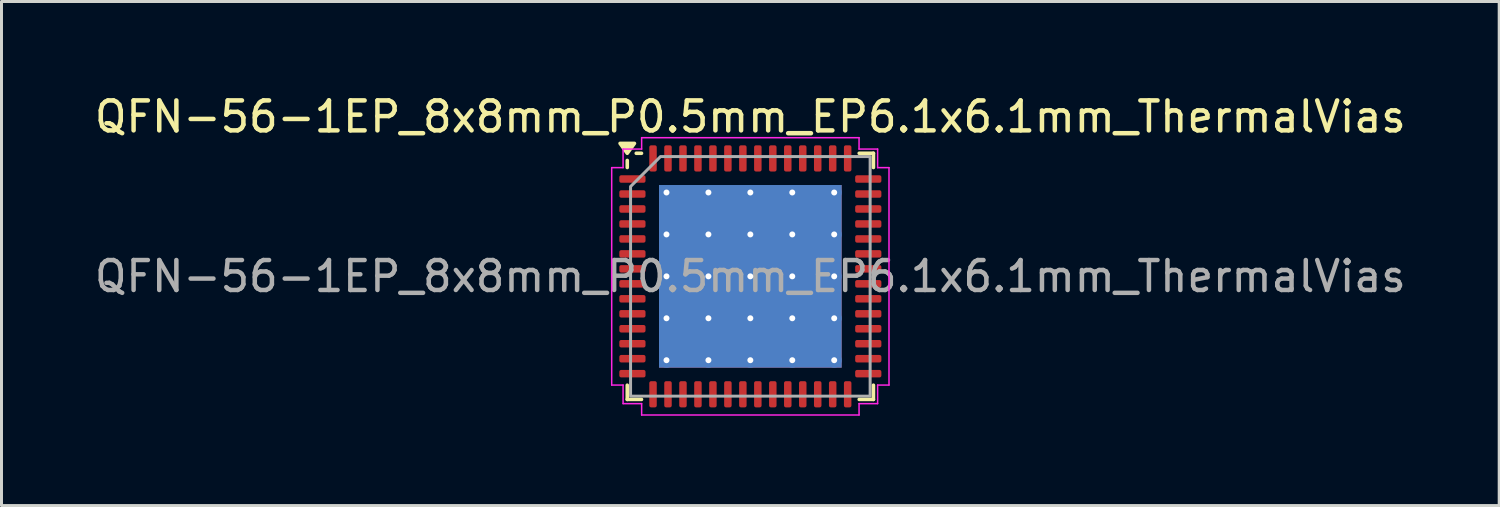
<source format=kicad_pcb>
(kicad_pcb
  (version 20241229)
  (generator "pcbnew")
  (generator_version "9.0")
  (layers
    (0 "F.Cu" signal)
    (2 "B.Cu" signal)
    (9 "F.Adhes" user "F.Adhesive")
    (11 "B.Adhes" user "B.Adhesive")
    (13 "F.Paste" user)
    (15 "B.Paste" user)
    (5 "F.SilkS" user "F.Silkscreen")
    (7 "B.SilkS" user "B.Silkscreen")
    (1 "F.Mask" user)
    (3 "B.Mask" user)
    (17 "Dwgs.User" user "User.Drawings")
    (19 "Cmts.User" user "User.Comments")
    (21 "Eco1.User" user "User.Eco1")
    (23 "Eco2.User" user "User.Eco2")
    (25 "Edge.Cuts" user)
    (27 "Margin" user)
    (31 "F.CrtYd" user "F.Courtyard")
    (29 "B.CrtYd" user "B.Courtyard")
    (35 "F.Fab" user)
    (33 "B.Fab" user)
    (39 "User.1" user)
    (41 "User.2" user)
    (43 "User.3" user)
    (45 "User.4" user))
  (footprint "QFN-56-1EP_8x8mm_P0.5mm_EP6.1x6.1mm_ThermalVias"
    (layer "F.Cu")
    (at 22.006 6.178)
    (property "Reference" "QFN-56-1EP_8x8mm_P0.5mm_EP6.1x6.1mm_ThermalVias" (at 0 -5.33 0) (layer "F.SilkS") (effects (font (size 1 1) (thickness 0.15))))
    (attr smd)
    (fp_line (start -4.11 -3.635) (end -4.11 -3.87) (stroke (width 0.12) (type solid)) (layer "F.SilkS"))
    (fp_line (start -4.11 4.11) (end -4.11 3.635) (stroke (width 0.12) (type solid)) (layer "F.SilkS"))
    (fp_line (start -3.635 -4.11) (end -3.81 -4.11) (stroke (width 0.12) (type solid)) (layer "F.SilkS"))
    (fp_line (start -3.635 4.11) (end -4.11 4.11) (stroke (width 0.12) (type solid)) (layer "F.SilkS"))
    (fp_line (start 3.635 -4.11) (end 4.11 -4.11) (stroke (width 0.12) (type solid)) (layer "F.SilkS"))
    (fp_line (start 3.635 4.11) (end 4.11 4.11) (stroke (width 0.12) (type solid)) (layer "F.SilkS"))
    (fp_line (start 4.11 -4.11) (end 4.11 -3.635) (stroke (width 0.12) (type solid)) (layer "F.SilkS"))
    (fp_line (start 4.11 4.11) (end 4.11 3.635) (stroke (width 0.12) (type solid)) (layer "F.SilkS"))
    (fp_poly (pts (xy -4.11 -4.11) (xy -4.35 -4.44) (xy -3.87 -4.44)) (stroke (width 0.12) (type solid)) (fill yes) (layer "F.SilkS"))
    (fp_line (start -4.63 -3.63) (end -4.25 -3.63) (stroke (width 0.05) (type solid)) (layer "F.CrtYd"))
    (fp_line (start -4.63 3.63) (end -4.63 -3.63) (stroke (width 0.05) (type solid)) (layer "F.CrtYd"))
    (fp_line (start -4.25 -4.25) (end -3.63 -4.25) (stroke (width 0.05) (type solid)) (layer "F.CrtYd"))
    (fp_line (start -4.25 -3.63) (end -4.25 -4.25) (stroke (width 0.05) (type solid)) (layer "F.CrtYd"))
    (fp_line (start -4.25 3.63) (end -4.63 3.63) (stroke (width 0.05) (type solid)) (layer "F.CrtYd"))
    (fp_line (start -4.25 4.25) (end -4.25 3.63) (stroke (width 0.05) (type solid)) (layer "F.CrtYd"))
    (fp_line (start -3.63 -4.63) (end 3.63 -4.63) (stroke (width 0.05) (type solid)) (layer "F.CrtYd"))
    (fp_line (start -3.63 -4.25) (end -3.63 -4.63) (stroke (width 0.05) (type solid)) (layer "F.CrtYd"))
    (fp_line (start -3.63 4.25) (end -4.25 4.25) (stroke (width 0.05) (type solid)) (layer "F.CrtYd"))
    (fp_line (start -3.63 4.63) (end -3.63 4.25) (stroke (width 0.05) (type solid)) (layer "F.CrtYd"))
    (fp_line (start 3.63 -4.63) (end 3.63 -4.25) (stroke (width 0.05) (type solid)) (layer "F.CrtYd"))
    (fp_line (start 3.63 -4.25) (end 4.25 -4.25) (stroke (width 0.05) (type solid)) (layer "F.CrtYd"))
    (fp_line (start 3.63 4.25) (end 3.63 4.63) (stroke (width 0.05) (type solid)) (layer "F.CrtYd"))
    (fp_line (start 3.63 4.63) (end -3.63 4.63) (stroke (width 0.05) (type solid)) (layer "F.CrtYd"))
    (fp_line (start 4.25 -4.25) (end 4.25 -3.63) (stroke (width 0.05) (type solid)) (layer "F.CrtYd"))
    (fp_line (start 4.25 -3.63) (end 4.63 -3.63) (stroke (width 0.05) (type solid)) (layer "F.CrtYd"))
    (fp_line (start 4.25 3.63) (end 4.25 4.25) (stroke (width 0.05) (type solid)) (layer "F.CrtYd"))
    (fp_line (start 4.25 4.25) (end 3.63 4.25) (stroke (width 0.05) (type solid)) (layer "F.CrtYd"))
    (fp_line (start 4.63 -3.63) (end 4.63 3.63) (stroke (width 0.05) (type solid)) (layer "F.CrtYd"))
    (fp_line (start 4.63 3.63) (end 4.25 3.63) (stroke (width 0.05) (type solid)) (layer "F.CrtYd"))
    (fp_poly (pts (xy -4 -3) (xy -4 4) (xy 4 4) (xy 4 -4) (xy -3 -4)) (stroke (width 0.1) (type solid)) (fill no) (layer "F.Fab"))
    (fp_text user "${REFERENCE}" (at 0 0 0) (layer "F.Fab") (effects (font (size 1 1) (thickness 0.15))))
    (pad "" smd roundrect (at -2.28 -2.28) (size 1.18 1.18) (layers "F.Paste") (roundrect_rratio 0.212))
    (pad "" smd roundrect (at -2.28 -0.76) (size 1.18 1.18) (layers "F.Paste") (roundrect_rratio 0.212))
    (pad "" smd roundrect (at -2.28 0.76) (size 1.18 1.18) (layers "F.Paste") (roundrect_rratio 0.212))
    (pad "" smd roundrect (at -2.28 2.28) (size 1.18 1.18) (layers "F.Paste") (roundrect_rratio 0.212))
    (pad "" smd roundrect (at -0.76 -2.28) (size 1.18 1.18) (layers "F.Paste") (roundrect_rratio 0.212))
    (pad "" smd roundrect (at -0.76 -0.76) (size 1.18 1.18) (layers "F.Paste") (roundrect_rratio 0.212))
    (pad "" smd roundrect (at -0.76 0.76) (size 1.18 1.18) (layers "F.Paste") (roundrect_rratio 0.212))
    (pad "" smd roundrect (at -0.76 2.28) (size 1.18 1.18) (layers "F.Paste") (roundrect_rratio 0.212))
    (pad "" smd roundrect (at 0.76 -2.28) (size 1.18 1.18) (layers "F.Paste") (roundrect_rratio 0.212))
    (pad "" smd roundrect (at 0.76 -0.76) (size 1.18 1.18) (layers "F.Paste") (roundrect_rratio 0.212))
    (pad "" smd roundrect (at 0.76 0.76) (size 1.18 1.18) (layers "F.Paste") (roundrect_rratio 0.212))
    (pad "" smd roundrect (at 0.76 2.28) (size 1.18 1.18) (layers "F.Paste") (roundrect_rratio 0.212))
    (pad "" smd roundrect (at 2.28 -2.28) (size 1.18 1.18) (layers "F.Paste") (roundrect_rratio 0.212))
    (pad "" smd roundrect (at 2.28 -0.76) (size 1.18 1.18) (layers "F.Paste") (roundrect_rratio 0.212))
    (pad "" smd roundrect (at 2.28 0.76) (size 1.18 1.18) (layers "F.Paste") (roundrect_rratio 0.212))
    (pad "" smd roundrect (at 2.28 2.28) (size 1.18 1.18) (layers "F.Paste") (roundrect_rratio 0.212))
    (pad "1" smd roundrect (at -3.938 -3.25) (size 0.875 0.25) (layers "F.Cu" "F.Mask" "F.Paste") (roundrect_rratio 0.25))
    (pad "2" smd roundrect (at -3.938 -2.75) (size 0.875 0.25) (layers "F.Cu" "F.Mask" "F.Paste") (roundrect_rratio 0.25))
    (pad "3" smd roundrect (at -3.938 -2.25) (size 0.875 0.25) (layers "F.Cu" "F.Mask" "F.Paste") (roundrect_rratio 0.25))
    (pad "4" smd roundrect (at -3.938 -1.75) (size 0.875 0.25) (layers "F.Cu" "F.Mask" "F.Paste") (roundrect_rratio 0.25))
    (pad "5" smd roundrect (at -3.938 -1.25) (size 0.875 0.25) (layers "F.Cu" "F.Mask" "F.Paste") (roundrect_rratio 0.25))
    (pad "6" smd roundrect (at -3.938 -0.75) (size 0.875 0.25) (layers "F.Cu" "F.Mask" "F.Paste") (roundrect_rratio 0.25))
    (pad "7" smd roundrect (at -3.938 -0.25) (size 0.875 0.25) (layers "F.Cu" "F.Mask" "F.Paste") (roundrect_rratio 0.25))
    (pad "8" smd roundrect (at -3.938 0.25) (size 0.875 0.25) (layers "F.Cu" "F.Mask" "F.Paste") (roundrect_rratio 0.25))
    (pad "9" smd roundrect (at -3.938 0.75) (size 0.875 0.25) (layers "F.Cu" "F.Mask" "F.Paste") (roundrect_rratio 0.25))
    (pad "10" smd roundrect (at -3.938 1.25) (size 0.875 0.25) (layers "F.Cu" "F.Mask" "F.Paste") (roundrect_rratio 0.25))
    (pad "11" smd roundrect (at -3.938 1.75) (size 0.875 0.25) (layers "F.Cu" "F.Mask" "F.Paste") (roundrect_rratio 0.25))
    (pad "12" smd roundrect (at -3.938 2.25) (size 0.875 0.25) (layers "F.Cu" "F.Mask" "F.Paste") (roundrect_rratio 0.25))
    (pad "13" smd roundrect (at -3.938 2.75) (size 0.875 0.25) (layers "F.Cu" "F.Mask" "F.Paste") (roundrect_rratio 0.25))
    (pad "14" smd roundrect (at -3.938 3.25) (size 0.875 0.25) (layers "F.Cu" "F.Mask" "F.Paste") (roundrect_rratio 0.25))
    (pad "15" smd roundrect (at -3.25 3.938) (size 0.25 0.875) (layers "F.Cu" "F.Mask" "F.Paste") (roundrect_rratio 0.25))
    (pad "16" smd roundrect (at -2.75 3.938) (size 0.25 0.875) (layers "F.Cu" "F.Mask" "F.Paste") (roundrect_rratio 0.25))
    (pad "17" smd roundrect (at -2.25 3.938) (size 0.25 0.875) (layers "F.Cu" "F.Mask" "F.Paste") (roundrect_rratio 0.25))
    (pad "18" smd roundrect (at -1.75 3.938) (size 0.25 0.875) (layers "F.Cu" "F.Mask" "F.Paste") (roundrect_rratio 0.25))
    (pad "19" smd roundrect (at -1.25 3.938) (size 0.25 0.875) (layers "F.Cu" "F.Mask" "F.Paste") (roundrect_rratio 0.25))
    (pad "20" smd roundrect (at -0.75 3.938) (size 0.25 0.875) (layers "F.Cu" "F.Mask" "F.Paste") (roundrect_rratio 0.25))
    (pad "21" smd roundrect (at -0.25 3.938) (size 0.25 0.875) (layers "F.Cu" "F.Mask" "F.Paste") (roundrect_rratio 0.25))
    (pad "22" smd roundrect (at 0.25 3.938) (size 0.25 0.875) (layers "F.Cu" "F.Mask" "F.Paste") (roundrect_rratio 0.25))
    (pad "23" smd roundrect (at 0.75 3.938) (size 0.25 0.875) (layers "F.Cu" "F.Mask" "F.Paste") (roundrect_rratio 0.25))
    (pad "24" smd roundrect (at 1.25 3.938) (size 0.25 0.875) (layers "F.Cu" "F.Mask" "F.Paste") (roundrect_rratio 0.25))
    (pad "25" smd roundrect (at 1.75 3.938) (size 0.25 0.875) (layers "F.Cu" "F.Mask" "F.Paste") (roundrect_rratio 0.25))
    (pad "26" smd roundrect (at 2.25 3.938) (size 0.25 0.875) (layers "F.Cu" "F.Mask" "F.Paste") (roundrect_rratio 0.25))
    (pad "27" smd roundrect (at 2.75 3.938) (size 0.25 0.875) (layers "F.Cu" "F.Mask" "F.Paste") (roundrect_rratio 0.25))
    (pad "28" smd roundrect (at 3.25 3.938) (size 0.25 0.875) (layers "F.Cu" "F.Mask" "F.Paste") (roundrect_rratio 0.25))
    (pad "29" smd roundrect (at 3.938 3.25) (size 0.875 0.25) (layers "F.Cu" "F.Mask" "F.Paste") (roundrect_rratio 0.25))
    (pad "30" smd roundrect (at 3.938 2.75) (size 0.875 0.25) (layers "F.Cu" "F.Mask" "F.Paste") (roundrect_rratio 0.25))
    (pad "31" smd roundrect (at 3.938 2.25) (size 0.875 0.25) (layers "F.Cu" "F.Mask" "F.Paste") (roundrect_rratio 0.25))
    (pad "32" smd roundrect (at 3.938 1.75) (size 0.875 0.25) (layers "F.Cu" "F.Mask" "F.Paste") (roundrect_rratio 0.25))
    (pad "33" smd roundrect (at 3.938 1.25) (size 0.875 0.25) (layers "F.Cu" "F.Mask" "F.Paste") (roundrect_rratio 0.25))
    (pad "34" smd roundrect (at 3.938 0.75) (size 0.875 0.25) (layers "F.Cu" "F.Mask" "F.Paste") (roundrect_rratio 0.25))
    (pad "35" smd roundrect (at 3.938 0.25) (size 0.875 0.25) (layers "F.Cu" "F.Mask" "F.Paste") (roundrect_rratio 0.25))
    (pad "36" smd roundrect (at 3.938 -0.25) (size 0.875 0.25) (layers "F.Cu" "F.Mask" "F.Paste") (roundrect_rratio 0.25))
    (pad "37" smd roundrect (at 3.938 -0.75) (size 0.875 0.25) (layers "F.Cu" "F.Mask" "F.Paste") (roundrect_rratio 0.25))
    (pad "38" smd roundrect (at 3.938 -1.25) (size 0.875 0.25) (layers "F.Cu" "F.Mask" "F.Paste") (roundrect_rratio 0.25))
    (pad "39" smd roundrect (at 3.938 -1.75) (size 0.875 0.25) (layers "F.Cu" "F.Mask" "F.Paste") (roundrect_rratio 0.25))
    (pad "40" smd roundrect (at 3.938 -2.25) (size 0.875 0.25) (layers "F.Cu" "F.Mask" "F.Paste") (roundrect_rratio 0.25))
    (pad "41" smd roundrect (at 3.938 -2.75) (size 0.875 0.25) (layers "F.Cu" "F.Mask" "F.Paste") (roundrect_rratio 0.25))
    (pad "42" smd roundrect (at 3.938 -3.25) (size 0.875 0.25) (layers "F.Cu" "F.Mask" "F.Paste") (roundrect_rratio 0.25))
    (pad "43" smd roundrect (at 3.25 -3.938) (size 0.25 0.875) (layers "F.Cu" "F.Mask" "F.Paste") (roundrect_rratio 0.25))
    (pad "44" smd roundrect (at 2.75 -3.938) (size 0.25 0.875) (layers "F.Cu" "F.Mask" "F.Paste") (roundrect_rratio 0.25))
    (pad "45" smd roundrect (at 2.25 -3.938) (size 0.25 0.875) (layers "F.Cu" "F.Mask" "F.Paste") (roundrect_rratio 0.25))
    (pad "46" smd roundrect (at 1.75 -3.938) (size 0.25 0.875) (layers "F.Cu" "F.Mask" "F.Paste") (roundrect_rratio 0.25))
    (pad "47" smd roundrect (at 1.25 -3.938) (size 0.25 0.875) (layers "F.Cu" "F.Mask" "F.Paste") (roundrect_rratio 0.25))
    (pad "48" smd roundrect (at 0.75 -3.938) (size 0.25 0.875) (layers "F.Cu" "F.Mask" "F.Paste") (roundrect_rratio 0.25))
    (pad "49" smd roundrect (at 0.25 -3.938) (size 0.25 0.875) (layers "F.Cu" "F.Mask" "F.Paste") (roundrect_rratio 0.25))
    (pad "50" smd roundrect (at -0.25 -3.938) (size 0.25 0.875) (layers "F.Cu" "F.Mask" "F.Paste") (roundrect_rratio 0.25))
    (pad "51" smd roundrect (at -0.75 -3.938) (size 0.25 0.875) (layers "F.Cu" "F.Mask" "F.Paste") (roundrect_rratio 0.25))
    (pad "52" smd roundrect (at -1.25 -3.938) (size 0.25 0.875) (layers "F.Cu" "F.Mask" "F.Paste") (roundrect_rratio 0.25))
    (pad "53" smd roundrect (at -1.75 -3.938) (size 0.25 0.875) (layers "F.Cu" "F.Mask" "F.Paste") (roundrect_rratio 0.25))
    (pad "54" smd roundrect (at -2.25 -3.938) (size 0.25 0.875) (layers "F.Cu" "F.Mask" "F.Paste") (roundrect_rratio 0.25))
    (pad "55" smd roundrect (at -2.75 -3.938) (size 0.25 0.875) (layers "F.Cu" "F.Mask" "F.Paste") (roundrect_rratio 0.25))
    (pad "56" smd roundrect (at -3.25 -3.938) (size 0.25 0.875) (layers "F.Cu" "F.Mask" "F.Paste") (roundrect_rratio 0.25))
    (pad "57" thru_hole circle (at -2.8 -2.8) (size 0.5 0.5) (drill 0.2) (property pad_prop_heatsink) (layers "*.Cu"))
    (pad "57" thru_hole circle (at -2.8 -1.4) (size 0.5 0.5) (drill 0.2) (property pad_prop_heatsink) (layers "*.Cu"))
    (pad "57" thru_hole circle (at -2.8 0) (size 0.5 0.5) (drill 0.2) (property pad_prop_heatsink) (layers "*.Cu"))
    (pad "57" thru_hole circle (at -2.8 1.4) (size 0.5 0.5) (drill 0.2) (property pad_prop_heatsink) (layers "*.Cu"))
    (pad "57" thru_hole circle (at -2.8 2.8) (size 0.5 0.5) (drill 0.2) (property pad_prop_heatsink) (layers "*.Cu"))
    (pad "57" thru_hole circle (at -1.4 -2.8) (size 0.5 0.5) (drill 0.2) (property pad_prop_heatsink) (layers "*.Cu"))
    (pad "57" thru_hole circle (at -1.4 -1.4) (size 0.5 0.5) (drill 0.2) (property pad_prop_heatsink) (layers "*.Cu"))
    (pad "57" thru_hole circle (at -1.4 0) (size 0.5 0.5) (drill 0.2) (property pad_prop_heatsink) (layers "*.Cu"))
    (pad "57" thru_hole circle (at -1.4 1.4) (size 0.5 0.5) (drill 0.2) (property pad_prop_heatsink) (layers "*.Cu"))
    (pad "57" thru_hole circle (at -1.4 2.8) (size 0.5 0.5) (drill 0.2) (property pad_prop_heatsink) (layers "*.Cu"))
    (pad "57" thru_hole circle (at 0 -2.8) (size 0.5 0.5) (drill 0.2) (property pad_prop_heatsink) (layers "*.Cu"))
    (pad "57" thru_hole circle (at 0 -1.4) (size 0.5 0.5) (drill 0.2) (property pad_prop_heatsink) (layers "*.Cu"))
    (pad "57" thru_hole circle (at 0 0) (size 0.5 0.5) (drill 0.2) (property pad_prop_heatsink) (layers "*.Cu"))
    (pad "57" smd rect (at 0 0) (size 6.1 6.1) (property pad_prop_heatsink) (layers "F.Cu" "F.Mask"))
    (pad "57" smd rect (at 0 0) (size 6.1 6.1) (property pad_prop_heatsink) (layers "B.Cu"))
    (pad "57" thru_hole circle (at 0 1.4) (size 0.5 0.5) (drill 0.2) (property pad_prop_heatsink) (layers "*.Cu"))
    (pad "57" thru_hole circle (at 0 2.8) (size 0.5 0.5) (drill 0.2) (property pad_prop_heatsink) (layers "*.Cu"))
    (pad "57" thru_hole circle (at 1.4 -2.8) (size 0.5 0.5) (drill 0.2) (property pad_prop_heatsink) (layers "*.Cu"))
    (pad "57" thru_hole circle (at 1.4 -1.4) (size 0.5 0.5) (drill 0.2) (property pad_prop_heatsink) (layers "*.Cu"))
    (pad "57" thru_hole circle (at 1.4 0) (size 0.5 0.5) (drill 0.2) (property pad_prop_heatsink) (layers "*.Cu"))
    (pad "57" thru_hole circle (at 1.4 1.4) (size 0.5 0.5) (drill 0.2) (property pad_prop_heatsink) (layers "*.Cu"))
    (pad "57" thru_hole circle (at 1.4 2.8) (size 0.5 0.5) (drill 0.2) (property pad_prop_heatsink) (layers "*.Cu"))
    (pad "57" thru_hole circle (at 2.8 -2.8) (size 0.5 0.5) (drill 0.2) (property pad_prop_heatsink) (layers "*.Cu"))
    (pad "57" thru_hole circle (at 2.8 -1.4) (size 0.5 0.5) (drill 0.2) (property pad_prop_heatsink) (layers "*.Cu"))
    (pad "57" thru_hole circle (at 2.8 0) (size 0.5 0.5) (drill 0.2) (property pad_prop_heatsink) (layers "*.Cu"))
    (pad "57" thru_hole circle (at 2.8 1.4) (size 0.5 0.5) (drill 0.2) (property pad_prop_heatsink) (layers "*.Cu"))
    (pad "57" thru_hole circle (at 2.8 2.8) (size 0.5 0.5) (drill 0.2) (property pad_prop_heatsink) (layers "*.Cu")))
  (gr_rect
    (start -3 -3)
    (end 47.012 13.833)
    (stroke (width 0.1) (type default))
    (fill no)
    (layer "Edge.Cuts")))
</source>
